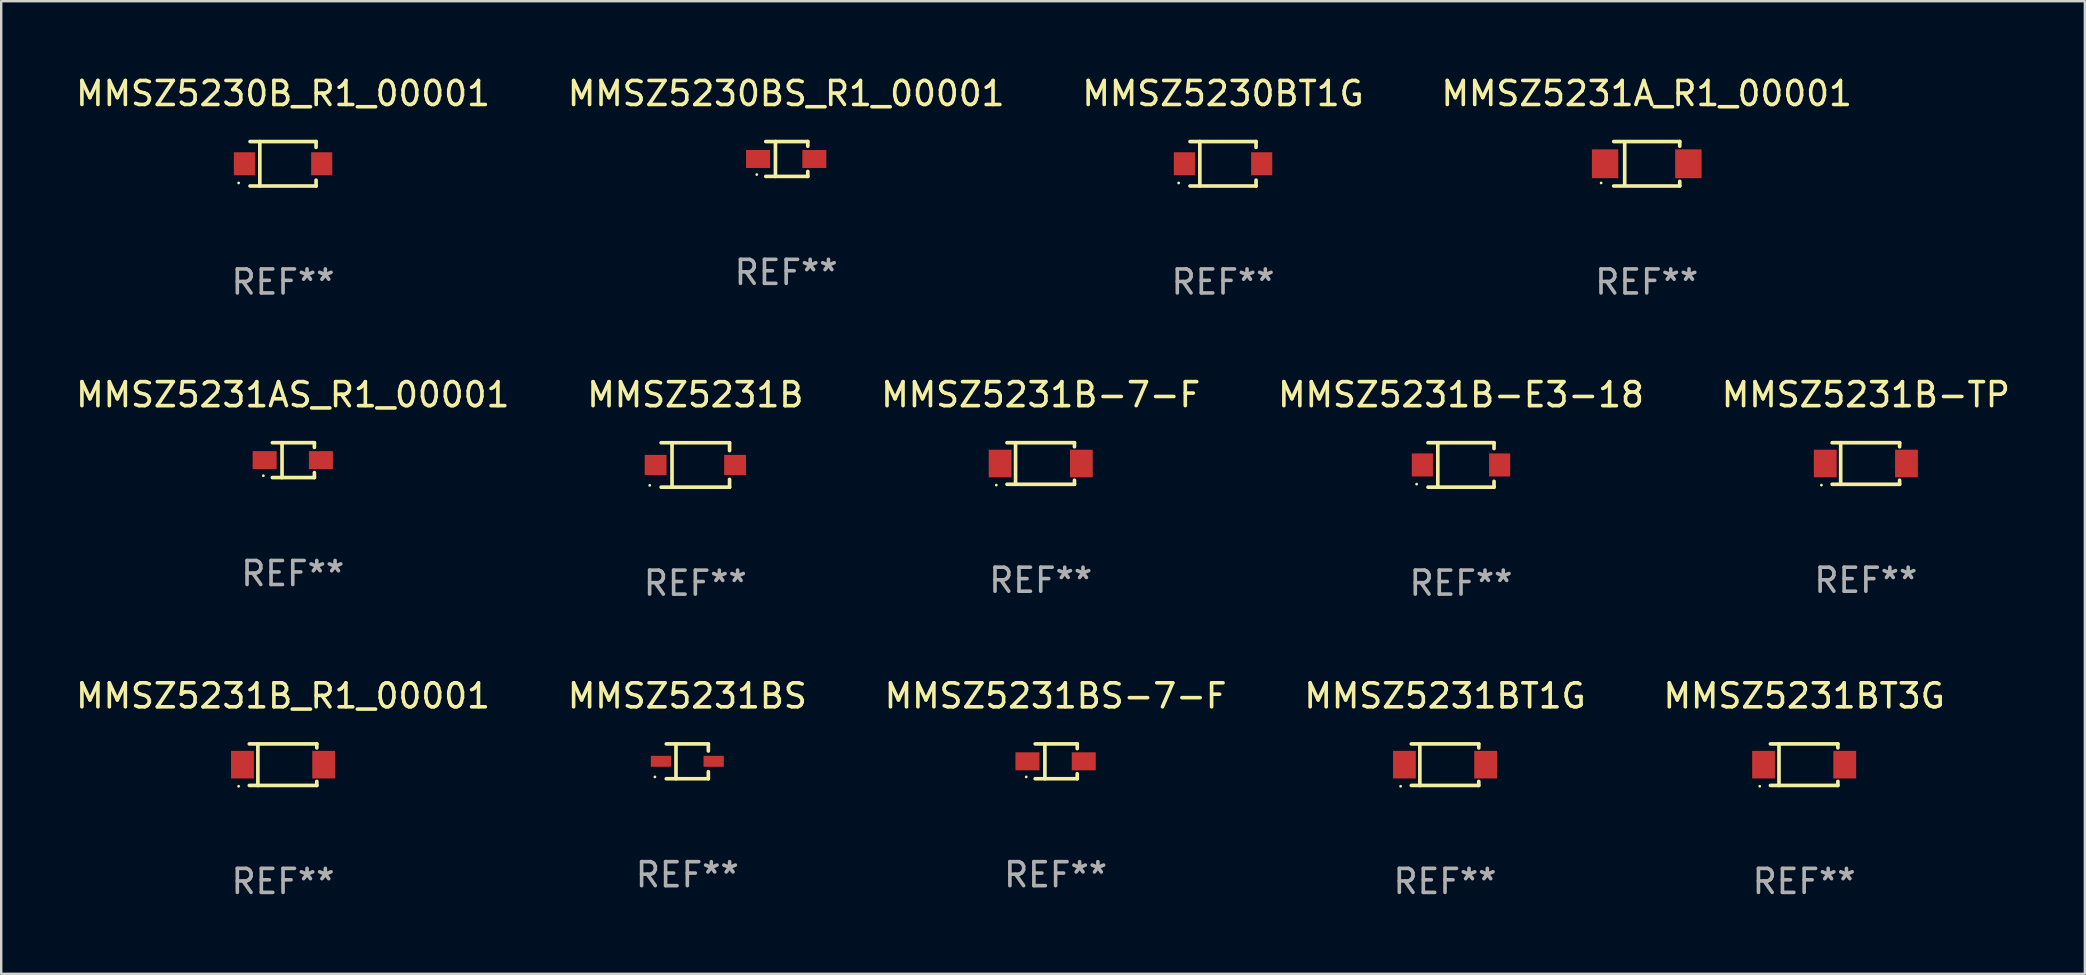
<source format=kicad_pcb>
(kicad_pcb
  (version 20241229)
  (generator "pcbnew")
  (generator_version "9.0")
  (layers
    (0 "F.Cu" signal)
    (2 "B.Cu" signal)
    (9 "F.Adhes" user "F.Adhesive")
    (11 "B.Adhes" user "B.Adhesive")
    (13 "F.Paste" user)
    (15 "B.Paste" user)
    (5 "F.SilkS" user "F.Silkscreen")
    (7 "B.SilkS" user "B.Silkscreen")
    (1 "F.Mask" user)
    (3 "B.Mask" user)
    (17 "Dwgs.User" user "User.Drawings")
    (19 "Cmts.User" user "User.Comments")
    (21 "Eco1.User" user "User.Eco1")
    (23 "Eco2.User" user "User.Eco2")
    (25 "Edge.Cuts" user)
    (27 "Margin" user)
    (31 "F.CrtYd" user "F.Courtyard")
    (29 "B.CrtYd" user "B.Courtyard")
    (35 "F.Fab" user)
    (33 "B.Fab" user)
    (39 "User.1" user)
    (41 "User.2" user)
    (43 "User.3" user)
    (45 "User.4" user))
  (footprint "MMSZ5231B-TP"
    (layer "F.Cu")
    (at 74.696 16.263)
    (property "Reference" "MMSZ5231B-TP" (at 0 -2.866 0) (layer "F.SilkS") (effects (font (size 1 1) (thickness 0.15))))
    (attr through_hole)
    (fp_line (start -1.406 -0.866) (end 1.406 -0.866) (stroke (width 0.152) (type solid)) (layer "F.SilkS"))
    (fp_line (start -1.406 0.866) (end 1.406 0.866) (stroke (width 0.152) (type solid)) (layer "F.SilkS"))
    (fp_line (start -1.049 -0.866) (end -1.049 0.866) (stroke (width 0.152) (type solid)) (layer "F.SilkS"))
    (fp_line (start 1.406 -0.866) (end 1.406 -0.698) (stroke (width 0.152) (type solid)) (layer "F.SilkS"))
    (fp_line (start 1.406 0.866) (end 1.406 0.698) (stroke (width 0.152) (type solid)) (layer "F.SilkS"))
    (fp_circle (center -1.851 0.9) (end -1.821 0.9) (stroke (width 0.06) (type solid)) (fill no) (layer "F.SilkS"))
    (fp_text user "REF**" (at 0 4.866 0) (layer "F.Fab") (effects (font (size 1 1) (thickness 0.15))))
    (pad "1" smd rect (at -1.692 0) (size 0.95 1.15) (layers "F.Cu" "F.Mask" "F.Paste"))
    (pad "2" smd rect (at 1.692 0) (size 0.95 1.15) (layers "F.Cu" "F.Mask" "F.Paste")))
  (footprint "MMSZ5231B-E3-18"
    (layer "F.Cu")
    (at 57.827 16.323)
    (property "Reference" "MMSZ5231B-E3-18" (at 0 -2.926 0) (layer "F.SilkS") (effects (font (size 1 1) (thickness 0.15))))
    (attr through_hole)
    (fp_line (start -1.376 -0.926) (end 1.376 -0.926) (stroke (width 0.152) (type solid)) (layer "F.SilkS"))
    (fp_line (start -1.376 0.926) (end 1.376 0.926) (stroke (width 0.152) (type solid)) (layer "F.SilkS"))
    (fp_line (start -0.967 -0.926) (end -0.967 0.926) (stroke (width 0.152) (type solid)) (layer "F.SilkS"))
    (fp_line (start 1.376 -0.926) (end 1.376 -0.683) (stroke (width 0.152) (type solid)) (layer "F.SilkS"))
    (fp_line (start 1.376 0.926) (end 1.376 0.683) (stroke (width 0.152) (type solid)) (layer "F.SilkS"))
    (fp_circle (center -1.85 0.8) (end -1.82 0.8) (stroke (width 0.06) (type solid)) (fill no) (layer "F.SilkS"))
    (fp_text user "REF**" (at 0 4.926 0) (layer "F.Fab") (effects (font (size 1 1) (thickness 0.15))))
    (pad "1" smd rect (at -1.61 0) (size 0.88 0.96) (layers "F.Cu" "F.Mask" "F.Paste"))
    (pad "2" smd rect (at 1.61 0) (size 0.88 0.96) (layers "F.Cu" "F.Mask" "F.Paste")))
  (footprint "MMSZ5231AS_R1_00001"
    (layer "F.Cu")
    (at 9.149 16.123)
    (property "Reference" "MMSZ5231AS_R1_00001" (at 0 -2.726 0) (layer "F.SilkS") (effects (font (size 1 1) (thickness 0.15))))
    (attr through_hole)
    (fp_line (start -0.851 -0.726) (end 0.901 -0.726) (stroke (width 0.152) (type solid)) (layer "F.SilkS"))
    (fp_line (start -0.851 0.726) (end 0.901 0.726) (stroke (width 0.152) (type solid)) (layer "F.SilkS"))
    (fp_line (start -0.447 -0.726) (end -0.447 0.726) (stroke (width 0.152) (type solid)) (layer "F.SilkS"))
    (fp_line (start 0.901 -0.726) (end 0.901 -0.53) (stroke (width 0.152) (type solid)) (layer "F.SilkS"))
    (fp_line (start 0.901 0.726) (end 0.901 0.52) (stroke (width 0.152) (type solid)) (layer "F.SilkS"))
    (fp_circle (center -1.225 0.65) (end -1.195 0.65) (stroke (width 0.06) (type solid)) (fill no) (layer "F.SilkS"))
    (fp_text user "REF**" (at 0 4.726 0) (layer "F.Fab") (effects (font (size 1 1) (thickness 0.15))))
    (pad "1" smd rect (at -1.173 0) (size 1 0.75) (layers "F.Cu" "F.Mask" "F.Paste"))
    (pad "2" smd rect (at 1.173 0) (size 1 0.75) (layers "F.Cu" "F.Mask" "F.Paste")))
  (footprint "MMSZ5230BT1G"
    (layer "F.Cu")
    (at 47.911 3.774)
    (property "Reference" "MMSZ5230BT1G" (at 0 -2.926 0) (layer "F.SilkS") (effects (font (size 1 1) (thickness 0.15))))
    (attr through_hole)
    (fp_line (start -1.376 -0.926) (end 1.376 -0.926) (stroke (width 0.152) (type solid)) (layer "F.SilkS"))
    (fp_line (start -1.376 0.926) (end 1.376 0.926) (stroke (width 0.152) (type solid)) (layer "F.SilkS"))
    (fp_line (start -0.967 -0.926) (end -0.967 0.926) (stroke (width 0.152) (type solid)) (layer "F.SilkS"))
    (fp_line (start 1.376 -0.926) (end 1.376 -0.683) (stroke (width 0.152) (type solid)) (layer "F.SilkS"))
    (fp_line (start 1.376 0.926) (end 1.376 0.683) (stroke (width 0.152) (type solid)) (layer "F.SilkS"))
    (fp_circle (center -1.85 0.8) (end -1.82 0.8) (stroke (width 0.06) (type solid)) (fill no) (layer "F.SilkS"))
    (fp_text user "REF**" (at 0 4.926 0) (layer "F.Fab") (effects (font (size 1 1) (thickness 0.15))))
    (pad "1" smd rect (at -1.61 0) (size 0.88 0.96) (layers "F.Cu" "F.Mask" "F.Paste"))
    (pad "2" smd rect (at 1.61 0) (size 0.88 0.96) (layers "F.Cu" "F.Mask" "F.Paste")))
  (footprint "MMSZ5231BS"
    (layer "F.Cu")
    (at 25.589 28.672)
    (property "Reference" "MMSZ5231BS" (at 0 -2.726 0) (layer "F.SilkS") (effects (font (size 1 1) (thickness 0.15))))
    (attr through_hole)
    (fp_line (start -0.876 -0.726) (end 0.876 -0.726) (stroke (width 0.152) (type solid)) (layer "F.SilkS"))
    (fp_line (start -0.876 0.726) (end 0.876 0.726) (stroke (width 0.152) (type solid)) (layer "F.SilkS"))
    (fp_line (start -0.472 -0.726) (end -0.472 0.726) (stroke (width 0.152) (type solid)) (layer "F.SilkS"))
    (fp_line (start 0.876 -0.726) (end 0.876 -0.431) (stroke (width 0.152) (type solid)) (layer "F.SilkS"))
    (fp_line (start 0.876 0.726) (end 0.876 0.431) (stroke (width 0.152) (type solid)) (layer "F.SilkS"))
    (fp_circle (center -1.35 0.65) (end -1.32 0.65) (stroke (width 0.06) (type solid)) (fill no) (layer "F.SilkS"))
    (fp_text user "REF**" (at 0 4.726 0) (layer "F.Fab") (effects (font (size 1 1) (thickness 0.15))))
    (pad "1" smd rect (at -1.098 0 180) (size 0.845 0.455) (layers "F.Cu" "F.Mask" "F.Paste"))
    (pad "2" smd rect (at 1.098 0 180) (size 0.845 0.455) (layers "F.Cu" "F.Mask" "F.Paste")))
  (footprint "MMSZ5231A_R1_00001"
    (layer "F.Cu")
    (at 65.565 3.774)
    (property "Reference" "MMSZ5231A_R1_00001" (at 0 -2.926 0) (layer "F.SilkS") (effects (font (size 1 1) (thickness 0.15))))
    (attr through_hole)
    (fp_line (start -1.376 -0.926) (end 1.376 -0.926) (stroke (width 0.152) (type solid)) (layer "F.SilkS"))
    (fp_line (start -1.376 0.926) (end 1.376 0.926) (stroke (width 0.152) (type solid)) (layer "F.SilkS"))
    (fp_line (start -0.917 -0.876) (end -0.917 0.876) (stroke (width 0.152) (type solid)) (layer "F.SilkS"))
    (fp_line (start 1.376 -0.926) (end 1.376 -0.733) (stroke (width 0.152) (type solid)) (layer "F.SilkS"))
    (fp_line (start 1.376 0.926) (end 1.376 0.733) (stroke (width 0.152) (type solid)) (layer "F.SilkS"))
    (fp_circle (center -1.9 0.8) (end -1.87 0.8) (stroke (width 0.06) (type solid)) (fill no) (layer "F.SilkS"))
    (fp_text user "REF**" (at 0 4.926 0) (layer "F.Fab") (effects (font (size 1 1) (thickness 0.15))))
    (pad "1" smd rect (at -1.735 -0.000025) (size 1.1 1.2) (layers "F.Cu" "F.Mask" "F.Paste"))
    (pad "2" smd rect (at 1.735 -0.000025) (size 1.1 1.2) (layers "F.Cu" "F.Mask" "F.Paste")))
  (footprint "MMSZ5231BS-7-F"
    (layer "F.Cu")
    (at 40.935 28.672)
    (property "Reference" "MMSZ5231BS-7-F" (at 0 -2.726 0) (layer "F.SilkS") (effects (font (size 1 1) (thickness 0.15))))
    (attr through_hole)
    (fp_line (start -0.851 -0.726) (end 0.901 -0.726) (stroke (width 0.152) (type solid)) (layer "F.SilkS"))
    (fp_line (start -0.851 0.726) (end 0.901 0.726) (stroke (width 0.152) (type solid)) (layer "F.SilkS"))
    (fp_line (start -0.447 -0.726) (end -0.447 0.726) (stroke (width 0.152) (type solid)) (layer "F.SilkS"))
    (fp_line (start 0.901 -0.726) (end 0.901 -0.53) (stroke (width 0.152) (type solid)) (layer "F.SilkS"))
    (fp_line (start 0.901 0.726) (end 0.901 0.52) (stroke (width 0.152) (type solid)) (layer "F.SilkS"))
    (fp_circle (center -1.225 0.65) (end -1.195 0.65) (stroke (width 0.06) (type solid)) (fill no) (layer "F.SilkS"))
    (fp_text user "REF**" (at 0 4.726 0) (layer "F.Fab") (effects (font (size 1 1) (thickness 0.15))))
    (pad "1" smd rect (at -1.173 0) (size 1 0.75) (layers "F.Cu" "F.Mask" "F.Paste"))
    (pad "2" smd rect (at 1.173 0) (size 1 0.75) (layers "F.Cu" "F.Mask" "F.Paste")))
  (footprint "MMSZ5231BT1G"
    (layer "F.Cu")
    (at 57.161 28.812)
    (property "Reference" "MMSZ5231BT1G" (at 0 -2.866 0) (layer "F.SilkS") (effects (font (size 1 1) (thickness 0.15))))
    (attr through_hole)
    (fp_line (start -1.406 -0.866) (end 1.406 -0.866) (stroke (width 0.152) (type solid)) (layer "F.SilkS"))
    (fp_line (start -1.406 0.866) (end 1.406 0.866) (stroke (width 0.152) (type solid)) (layer "F.SilkS"))
    (fp_line (start -1.049 -0.866) (end -1.049 0.866) (stroke (width 0.152) (type solid)) (layer "F.SilkS"))
    (fp_line (start 1.406 -0.866) (end 1.406 -0.698) (stroke (width 0.152) (type solid)) (layer "F.SilkS"))
    (fp_line (start 1.406 0.866) (end 1.406 0.698) (stroke (width 0.152) (type solid)) (layer "F.SilkS"))
    (fp_circle (center -1.851 0.9) (end -1.821 0.9) (stroke (width 0.06) (type solid)) (fill no) (layer "F.SilkS"))
    (fp_text user "REF**" (at 0 4.866 0) (layer "F.Fab") (effects (font (size 1 1) (thickness 0.15))))
    (pad "1" smd rect (at -1.692 0) (size 0.95 1.15) (layers "F.Cu" "F.Mask" "F.Paste"))
    (pad "2" smd rect (at 1.692 0) (size 0.95 1.15) (layers "F.Cu" "F.Mask" "F.Paste")))
  (footprint "MMSZ5231B"
    (layer "F.Cu")
    (at 25.923 16.324)
    (property "Reference" "MMSZ5231B" (at 0 -2.926 0) (layer "F.SilkS") (effects (font (size 1 1) (thickness 0.15))))
    (attr through_hole)
    (fp_line (start -1.426 0.926) (end 1.426 0.926) (stroke (width 0.152) (type solid)) (layer "F.SilkS"))
    (fp_line (start -1.426 -0.926) (end 1.426 -0.926) (stroke (width 0.152) (type solid)) (layer "F.SilkS"))
    (fp_line (start -0.971 0.926) (end -0.971 -0.926) (stroke (width 0.152) (type solid)) (layer "F.SilkS"))
    (fp_line (start 1.426 -0.926) (end 1.426 -0.6) (stroke (width 0.152) (type solid)) (layer "F.SilkS"))
    (fp_line (start 1.426 0.6) (end 1.426 0.926) (stroke (width 0.152) (type solid)) (layer "F.SilkS"))
    (fp_circle (center -1.9 0.85) (end -1.87 0.85) (stroke (width 0.06) (type solid)) (fill no) (layer "F.SilkS"))
    (fp_text user "REF**" (at 0 4.926 0) (layer "F.Fab") (effects (font (size 1 1) (thickness 0.15))))
    (pad "1" smd rect (at -1.655 -0.000064) (size 0.91 0.84) (layers "F.Cu" "F.Mask" "F.Paste"))
    (pad "2" smd rect (at 1.655 -0.000064) (size 0.91 0.84) (layers "F.Cu" "F.Mask" "F.Paste")))
  (footprint "MMSZ5231BT3G"
    (layer "F.Cu")
    (at 72.125 28.812)
    (property "Reference" "MMSZ5231BT3G" (at 0 -2.866 0) (layer "F.SilkS") (effects (font (size 1 1) (thickness 0.15))))
    (attr through_hole)
    (fp_line (start -1.406 -0.866) (end 1.406 -0.866) (stroke (width 0.152) (type solid)) (layer "F.SilkS"))
    (fp_line (start -1.406 0.866) (end 1.406 0.866) (stroke (width 0.152) (type solid)) (layer "F.SilkS"))
    (fp_line (start -1.049 -0.866) (end -1.049 0.866) (stroke (width 0.152) (type solid)) (layer "F.SilkS"))
    (fp_line (start 1.406 -0.866) (end 1.406 -0.698) (stroke (width 0.152) (type solid)) (layer "F.SilkS"))
    (fp_line (start 1.406 0.866) (end 1.406 0.698) (stroke (width 0.152) (type solid)) (layer "F.SilkS"))
    (fp_circle (center -1.851 0.9) (end -1.821 0.9) (stroke (width 0.06) (type solid)) (fill no) (layer "F.SilkS"))
    (fp_text user "REF**" (at 0 4.866 0) (layer "F.Fab") (effects (font (size 1 1) (thickness 0.15))))
    (pad "1" smd rect (at -1.692 0) (size 0.95 1.15) (layers "F.Cu" "F.Mask" "F.Paste"))
    (pad "2" smd rect (at 1.692 0) (size 0.95 1.15) (layers "F.Cu" "F.Mask" "F.Paste")))
  (footprint "MMSZ5230BS_R1_00001"
    (layer "F.Cu")
    (at 29.708 3.574)
    (property "Reference" "MMSZ5230BS_R1_00001" (at 0 -2.726 0) (layer "F.SilkS") (effects (font (size 1 1) (thickness 0.15))))
    (attr through_hole)
    (fp_line (start -0.851 -0.726) (end 0.901 -0.726) (stroke (width 0.152) (type solid)) (layer "F.SilkS"))
    (fp_line (start -0.851 0.726) (end 0.901 0.726) (stroke (width 0.152) (type solid)) (layer "F.SilkS"))
    (fp_line (start -0.447 -0.726) (end -0.447 0.726) (stroke (width 0.152) (type solid)) (layer "F.SilkS"))
    (fp_line (start 0.901 -0.726) (end 0.901 -0.53) (stroke (width 0.152) (type solid)) (layer "F.SilkS"))
    (fp_line (start 0.901 0.726) (end 0.901 0.52) (stroke (width 0.152) (type solid)) (layer "F.SilkS"))
    (fp_circle (center -1.225 0.65) (end -1.195 0.65) (stroke (width 0.06) (type solid)) (fill no) (layer "F.SilkS"))
    (fp_text user "REF**" (at 0 4.726 0) (layer "F.Fab") (effects (font (size 1 1) (thickness 0.15))))
    (pad "1" smd rect (at -1.173 0) (size 1 0.75) (layers "F.Cu" "F.Mask" "F.Paste"))
    (pad "2" smd rect (at 1.173 0) (size 1 0.75) (layers "F.Cu" "F.Mask" "F.Paste")))
  (footprint "MMSZ5231B-7-F"
    (layer "F.Cu")
    (at 40.315 16.263)
    (property "Reference" "MMSZ5231B-7-F" (at 0 -2.866 0) (layer "F.SilkS") (effects (font (size 1 1) (thickness 0.15))))
    (attr through_hole)
    (fp_line (start -1.406 -0.866) (end 1.406 -0.866) (stroke (width 0.152) (type solid)) (layer "F.SilkS"))
    (fp_line (start -1.406 0.866) (end 1.406 0.866) (stroke (width 0.152) (type solid)) (layer "F.SilkS"))
    (fp_line (start -1.049 -0.866) (end -1.049 0.866) (stroke (width 0.152) (type solid)) (layer "F.SilkS"))
    (fp_line (start 1.406 -0.866) (end 1.406 -0.698) (stroke (width 0.152) (type solid)) (layer "F.SilkS"))
    (fp_line (start 1.406 0.866) (end 1.406 0.698) (stroke (width 0.152) (type solid)) (layer "F.SilkS"))
    (fp_circle (center -1.851 0.9) (end -1.821 0.9) (stroke (width 0.06) (type solid)) (fill no) (layer "F.SilkS"))
    (fp_text user "REF**" (at 0 4.866 0) (layer "F.Fab") (effects (font (size 1 1) (thickness 0.15))))
    (pad "1" smd rect (at -1.692 0) (size 0.95 1.15) (layers "F.Cu" "F.Mask" "F.Paste"))
    (pad "2" smd rect (at 1.692 0) (size 0.95 1.15) (layers "F.Cu" "F.Mask" "F.Paste")))
  (footprint "MMSZ5230B_R1_00001"
    (layer "F.Cu")
    (at 8.744 3.774)
    (property "Reference" "MMSZ5230B_R1_00001" (at 0 -2.926 0) (layer "F.SilkS") (effects (font (size 1 1) (thickness 0.15))))
    (attr through_hole)
    (fp_line (start -1.376 -0.926) (end 1.376 -0.926) (stroke (width 0.152) (type solid)) (layer "F.SilkS"))
    (fp_line (start -1.376 0.926) (end 1.376 0.926) (stroke (width 0.152) (type solid)) (layer "F.SilkS"))
    (fp_line (start -0.967 -0.926) (end -0.967 0.926) (stroke (width 0.152) (type solid)) (layer "F.SilkS"))
    (fp_line (start 1.376 -0.926) (end 1.376 -0.683) (stroke (width 0.152) (type solid)) (layer "F.SilkS"))
    (fp_line (start 1.376 0.926) (end 1.376 0.683) (stroke (width 0.152) (type solid)) (layer "F.SilkS"))
    (fp_circle (center -1.85 0.8) (end -1.82 0.8) (stroke (width 0.06) (type solid)) (fill no) (layer "F.SilkS"))
    (fp_text user "REF**" (at 0 4.926 0) (layer "F.Fab") (effects (font (size 1 1) (thickness 0.15))))
    (pad "1" smd rect (at -1.61 0) (size 0.88 0.96) (layers "F.Cu" "F.Mask" "F.Paste"))
    (pad "2" smd rect (at 1.61 0) (size 0.88 0.96) (layers "F.Cu" "F.Mask" "F.Paste")))
  (footprint "MMSZ5231B_R1_00001"
    (layer "F.Cu")
    (at 8.744 28.812)
    (property "Reference" "MMSZ5231B_R1_00001" (at 0 -2.866 0) (layer "F.SilkS") (effects (font (size 1 1) (thickness 0.15))))
    (attr through_hole)
    (fp_line (start -1.406 -0.866) (end 1.406 -0.866) (stroke (width 0.152) (type solid)) (layer "F.SilkS"))
    (fp_line (start -1.406 0.866) (end 1.406 0.866) (stroke (width 0.152) (type solid)) (layer "F.SilkS"))
    (fp_line (start -1.049 -0.866) (end -1.049 0.866) (stroke (width 0.152) (type solid)) (layer "F.SilkS"))
    (fp_line (start 1.406 -0.866) (end 1.406 -0.698) (stroke (width 0.152) (type solid)) (layer "F.SilkS"))
    (fp_line (start 1.406 0.866) (end 1.406 0.698) (stroke (width 0.152) (type solid)) (layer "F.SilkS"))
    (fp_circle (center -1.851 0.9) (end -1.821 0.9) (stroke (width 0.06) (type solid)) (fill no) (layer "F.SilkS"))
    (fp_text user "REF**" (at 0 4.866 0) (layer "F.Fab") (effects (font (size 1 1) (thickness 0.15))))
    (pad "1" smd rect (at -1.692 0) (size 0.95 1.15) (layers "F.Cu" "F.Mask" "F.Paste"))
    (pad "2" smd rect (at 1.692 0) (size 0.95 1.15) (layers "F.Cu" "F.Mask" "F.Paste")))
  (gr_rect
    (start -3 -3)
    (end 83.821 37.527)
    (stroke (width 0.1) (type default))
    (fill no)
    (layer "Edge.Cuts")))
</source>
